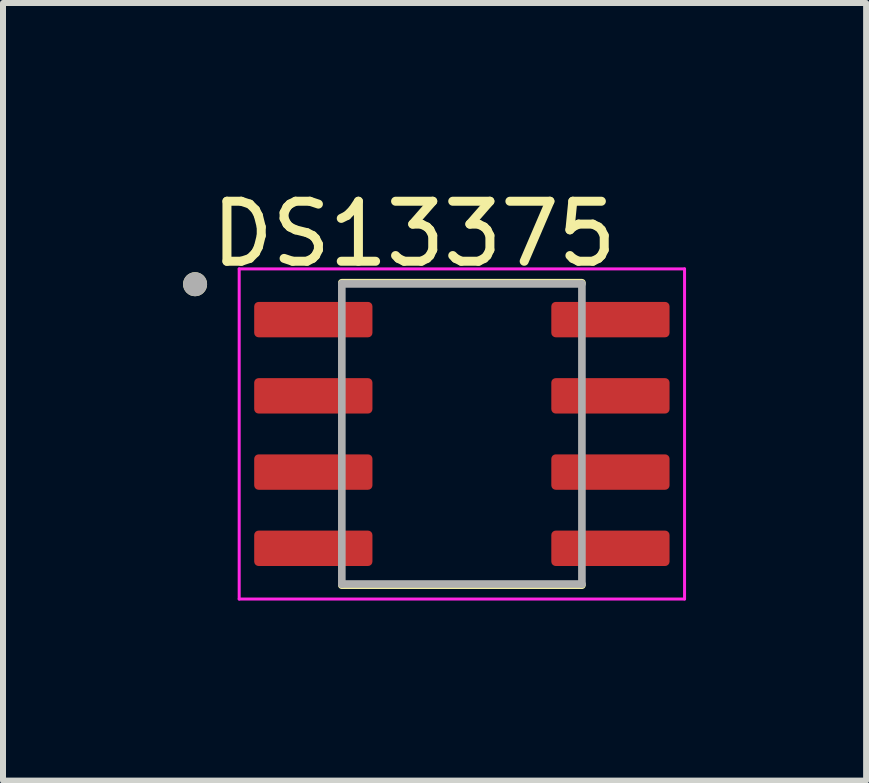
<source format=kicad_pcb>
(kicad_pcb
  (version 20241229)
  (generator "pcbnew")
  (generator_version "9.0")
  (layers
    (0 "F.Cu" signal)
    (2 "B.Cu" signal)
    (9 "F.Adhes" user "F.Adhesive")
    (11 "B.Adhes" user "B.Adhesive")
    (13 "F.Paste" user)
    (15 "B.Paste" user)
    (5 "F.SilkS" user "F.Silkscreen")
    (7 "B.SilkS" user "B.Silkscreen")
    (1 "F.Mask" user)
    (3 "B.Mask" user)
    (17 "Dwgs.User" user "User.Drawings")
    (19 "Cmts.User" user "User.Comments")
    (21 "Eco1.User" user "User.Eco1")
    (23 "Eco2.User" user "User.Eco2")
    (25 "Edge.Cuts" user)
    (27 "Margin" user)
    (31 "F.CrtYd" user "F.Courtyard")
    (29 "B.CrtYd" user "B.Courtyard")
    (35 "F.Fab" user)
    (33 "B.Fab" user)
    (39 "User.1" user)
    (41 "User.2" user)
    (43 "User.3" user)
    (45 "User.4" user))
  (footprint "DS13375"
    (layer "F.Cu")
    (at 4.645 4.18)
    (property "Reference" "DS13375" (at -0.795 -3.332 0) (layer "F.SilkS") (effects (font (size 1 1) (thickness 0.15))))
    (attr smd)
    (fp_line (start -2 -2.52) (end 2 -2.52) (stroke (width 0.127) (type solid)) (layer "F.SilkS"))
    (fp_line (start -2 2.52) (end 2 2.52) (stroke (width 0.127) (type solid)) (layer "F.SilkS"))
    (fp_circle (center -4.445 -2.495) (end -4.345 -2.495) (stroke (width 0.2) (type solid)) (fill no) (layer "F.SilkS"))
    (fp_line (start -3.71 -2.75) (end -3.71 2.75) (stroke (width 0.05) (type solid)) (layer "F.CrtYd"))
    (fp_line (start -3.71 -2.75) (end 3.71 -2.75) (stroke (width 0.05) (type solid)) (layer "F.CrtYd"))
    (fp_line (start -3.71 2.75) (end 3.71 2.75) (stroke (width 0.05) (type solid)) (layer "F.CrtYd"))
    (fp_line (start 3.71 -2.75) (end 3.71 2.75) (stroke (width 0.05) (type solid)) (layer "F.CrtYd"))
    (fp_line (start -2 -2.5) (end -2 2.5) (stroke (width 0.127) (type solid)) (layer "F.Fab"))
    (fp_line (start -2 -2.5) (end 2 -2.5) (stroke (width 0.127) (type solid)) (layer "F.Fab"))
    (fp_line (start -2 2.5) (end 2 2.5) (stroke (width 0.127) (type solid)) (layer "F.Fab"))
    (fp_line (start 2 -2.5) (end 2 2.5) (stroke (width 0.127) (type solid)) (layer "F.Fab"))
    (fp_circle (center -4.445 -2.495) (end -4.345 -2.495) (stroke (width 0.2) (type solid)) (fill no) (layer "F.Fab"))
    (pad "1" smd roundrect (at -2.475 -1.905) (size 1.97 0.59) (layers "F.Cu" "F.Mask" "F.Paste") (roundrect_rratio 0.125))
    (pad "2" smd roundrect (at -2.475 -0.635) (size 1.97 0.59) (layers "F.Cu" "F.Mask" "F.Paste") (roundrect_rratio 0.125))
    (pad "3" smd roundrect (at -2.475 0.635) (size 1.97 0.59) (layers "F.Cu" "F.Mask" "F.Paste") (roundrect_rratio 0.125))
    (pad "4" smd roundrect (at -2.475 1.905) (size 1.97 0.59) (layers "F.Cu" "F.Mask" "F.Paste") (roundrect_rratio 0.125))
    (pad "5" smd roundrect (at 2.475 1.905) (size 1.97 0.59) (layers "F.Cu" "F.Mask" "F.Paste") (roundrect_rratio 0.125))
    (pad "6" smd roundrect (at 2.475 0.635) (size 1.97 0.59) (layers "F.Cu" "F.Mask" "F.Paste") (roundrect_rratio 0.125))
    (pad "7" smd roundrect (at 2.475 -0.635) (size 1.97 0.59) (layers "F.Cu" "F.Mask" "F.Paste") (roundrect_rratio 0.125))
    (pad "8" smd roundrect (at 2.475 -1.905) (size 1.97 0.59) (layers "F.Cu" "F.Mask" "F.Paste") (roundrect_rratio 0.125)))
  (gr_rect
    (start -3 -3)
    (end 11.38 9.955)
    (stroke (width 0.1) (type default))
    (fill no)
    (layer "Edge.Cuts")))
</source>
